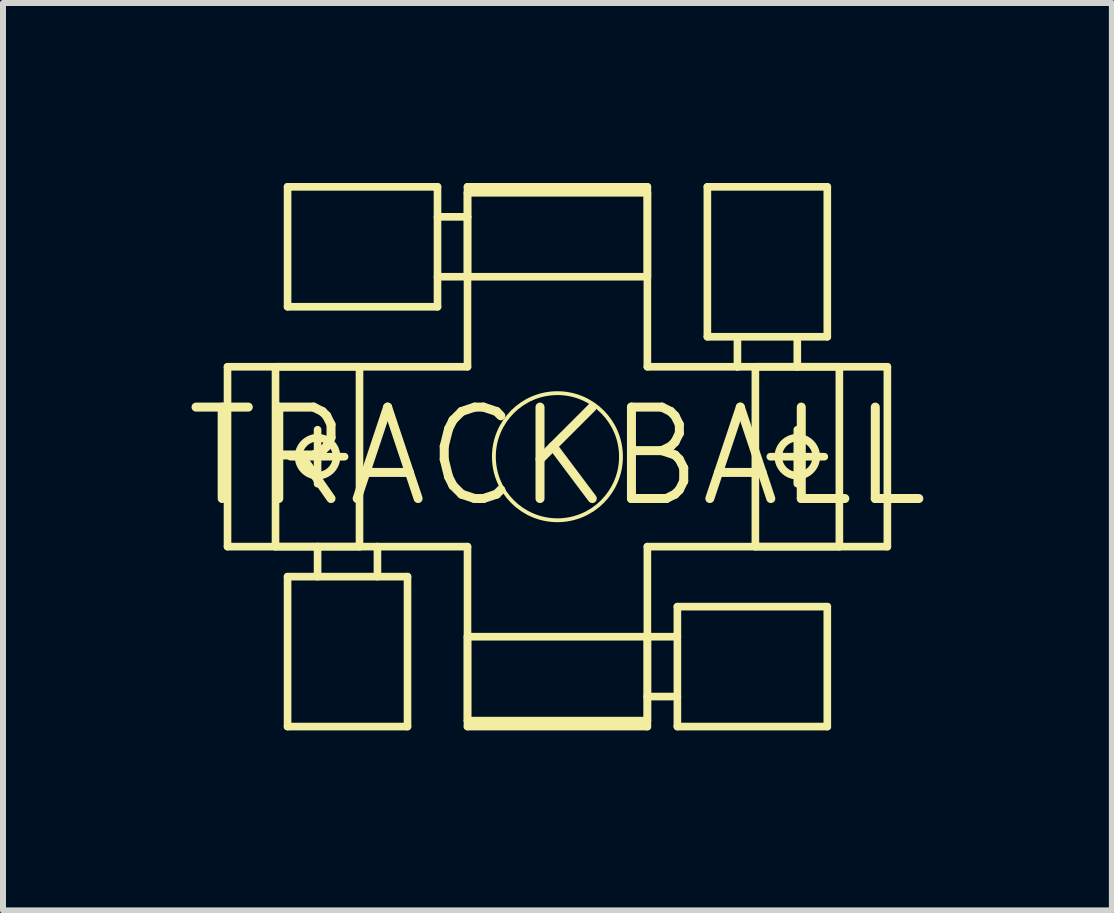
<source format=kicad_pcb>
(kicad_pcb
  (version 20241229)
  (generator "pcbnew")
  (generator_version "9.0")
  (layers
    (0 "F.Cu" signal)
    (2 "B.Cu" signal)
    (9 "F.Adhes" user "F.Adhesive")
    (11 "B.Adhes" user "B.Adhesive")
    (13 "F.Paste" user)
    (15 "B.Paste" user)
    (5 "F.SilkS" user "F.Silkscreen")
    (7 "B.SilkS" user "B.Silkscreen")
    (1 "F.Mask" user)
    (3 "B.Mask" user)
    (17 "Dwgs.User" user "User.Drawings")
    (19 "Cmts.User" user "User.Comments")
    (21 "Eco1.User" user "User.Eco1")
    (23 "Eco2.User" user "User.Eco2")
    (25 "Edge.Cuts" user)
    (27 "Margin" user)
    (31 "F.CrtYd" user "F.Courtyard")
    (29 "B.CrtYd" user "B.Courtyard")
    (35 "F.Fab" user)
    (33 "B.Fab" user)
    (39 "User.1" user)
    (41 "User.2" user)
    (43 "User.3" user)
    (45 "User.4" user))
  (footprint "TRACKBALL"
    (layer "F.Cu")
    (at 6.241 4.562)
    (property "Reference" "TRACKBALL" (at 0 0 0) (layer "F.SilkS") (effects (font (size 1.524 1.524) (thickness 0.15))))
    (attr exclude_from_pos_files exclude_from_bom)
    (fp_line (start -5.499 -1.499) (end -5.499 1.499) (stroke (width 0.127) (type solid)) (layer "F.SilkS"))
    (fp_line (start -5.499 1.499) (end -3.998 1.499) (stroke (width 0.127) (type solid)) (layer "F.SilkS"))
    (fp_line (start -4.699 -1.499) (end -3.299 -1.499) (stroke (width 0.066) (type solid)) (layer "F.SilkS"))
    (fp_line (start -4.699 -1.499) (end -3.299 -1.499) (stroke (width 0.127) (type solid)) (layer "F.SilkS"))
    (fp_line (start -4.699 1.499) (end -4.699 -1.499) (stroke (width 0.066) (type solid)) (layer "F.SilkS"))
    (fp_line (start -4.699 1.499) (end -4.699 -1.499) (stroke (width 0.127) (type solid)) (layer "F.SilkS"))
    (fp_line (start -4.699 1.499) (end -3.299 1.499) (stroke (width 0.066) (type solid)) (layer "F.SilkS"))
    (fp_line (start -4.498 -4.498) (end -1.999 -4.498) (stroke (width 0.066) (type solid)) (layer "F.SilkS"))
    (fp_line (start -4.498 -4.498) (end -1.999 -4.498) (stroke (width 0.127) (type solid)) (layer "F.SilkS"))
    (fp_line (start -4.498 -2.499) (end -4.498 -4.498) (stroke (width 0.066) (type solid)) (layer "F.SilkS"))
    (fp_line (start -4.498 -2.499) (end -4.498 -4.498) (stroke (width 0.127) (type solid)) (layer "F.SilkS"))
    (fp_line (start -4.498 -2.499) (end -1.999 -2.499) (stroke (width 0.066) (type solid)) (layer "F.SilkS"))
    (fp_line (start -4.498 1.999) (end -2.499 1.999) (stroke (width 0.066) (type solid)) (layer "F.SilkS"))
    (fp_line (start -4.498 1.999) (end -2.499 1.999) (stroke (width 0.127) (type solid)) (layer "F.SilkS"))
    (fp_line (start -4.498 4.498) (end -4.498 1.999) (stroke (width 0.066) (type solid)) (layer "F.SilkS"))
    (fp_line (start -4.498 4.498) (end -4.498 1.999) (stroke (width 0.127) (type solid)) (layer "F.SilkS"))
    (fp_line (start -4.498 4.498) (end -2.499 4.498) (stroke (width 0.066) (type solid)) (layer "F.SilkS"))
    (fp_line (start -4.448 0) (end -3.548 0) (stroke (width 0.127) (type solid)) (layer "F.SilkS"))
    (fp_line (start -3.998 0.45) (end -3.998 -0.45) (stroke (width 0.127) (type solid)) (layer "F.SilkS"))
    (fp_line (start -3.998 1.499) (end -3.998 1.999) (stroke (width 0.127) (type solid)) (layer "F.SilkS"))
    (fp_line (start -3.998 1.499) (end -3 1.499) (stroke (width 0.127) (type solid)) (layer "F.SilkS"))
    (fp_line (start -3.299 -1.499) (end -3.299 1.499) (stroke (width 0.127) (type solid)) (layer "F.SilkS"))
    (fp_line (start -3.299 1.499) (end -4.699 1.499) (stroke (width 0.127) (type solid)) (layer "F.SilkS"))
    (fp_line (start -3.299 1.499) (end -3.299 -1.499) (stroke (width 0.066) (type solid)) (layer "F.SilkS"))
    (fp_line (start -3 1.499) (end -3 1.999) (stroke (width 0.127) (type solid)) (layer "F.SilkS"))
    (fp_line (start -3 1.499) (end -1.499 1.499) (stroke (width 0.127) (type solid)) (layer "F.SilkS"))
    (fp_line (start -2.499 1.999) (end -2.499 4.498) (stroke (width 0.127) (type solid)) (layer "F.SilkS"))
    (fp_line (start -2.499 4.498) (end -4.498 4.498) (stroke (width 0.127) (type solid)) (layer "F.SilkS"))
    (fp_line (start -2.499 4.498) (end -2.499 1.999) (stroke (width 0.066) (type solid)) (layer "F.SilkS"))
    (fp_line (start -1.999 -4.498) (end -1.999 -2.499) (stroke (width 0.127) (type solid)) (layer "F.SilkS"))
    (fp_line (start -1.999 -3.998) (end -1.499 -3.998) (stroke (width 0.127) (type solid)) (layer "F.SilkS"))
    (fp_line (start -1.999 -2.499) (end -4.498 -2.499) (stroke (width 0.127) (type solid)) (layer "F.SilkS"))
    (fp_line (start -1.999 -2.499) (end -1.999 -4.498) (stroke (width 0.066) (type solid)) (layer "F.SilkS"))
    (fp_line (start -1.499 -4.498) (end 1.499 -4.498) (stroke (width 0.127) (type solid)) (layer "F.SilkS"))
    (fp_line (start -1.499 -4.399) (end 1.499 -4.399) (stroke (width 0.066) (type solid)) (layer "F.SilkS"))
    (fp_line (start -1.499 -4.399) (end 1.499 -4.399) (stroke (width 0.127) (type solid)) (layer "F.SilkS"))
    (fp_line (start -1.499 -3.998) (end -1.499 -4.498) (stroke (width 0.127) (type solid)) (layer "F.SilkS"))
    (fp_line (start -1.499 -3) (end -1.999 -3) (stroke (width 0.127) (type solid)) (layer "F.SilkS"))
    (fp_line (start -1.499 -3) (end -1.499 -4.399) (stroke (width 0.066) (type solid)) (layer "F.SilkS"))
    (fp_line (start -1.499 -3) (end -1.499 -4.399) (stroke (width 0.127) (type solid)) (layer "F.SilkS"))
    (fp_line (start -1.499 -3) (end -1.499 -3.998) (stroke (width 0.127) (type solid)) (layer "F.SilkS"))
    (fp_line (start -1.499 -3) (end 1.499 -3) (stroke (width 0.066) (type solid)) (layer "F.SilkS"))
    (fp_line (start -1.499 -1.499) (end -5.499 -1.499) (stroke (width 0.127) (type solid)) (layer "F.SilkS"))
    (fp_line (start -1.499 -1.499) (end -1.499 -3) (stroke (width 0.127) (type solid)) (layer "F.SilkS"))
    (fp_line (start -1.499 1.499) (end -1.499 4.498) (stroke (width 0.127) (type solid)) (layer "F.SilkS"))
    (fp_line (start -1.499 3) (end 1.499 3) (stroke (width 0.066) (type solid)) (layer "F.SilkS"))
    (fp_line (start -1.499 3) (end 1.499 3) (stroke (width 0.127) (type solid)) (layer "F.SilkS"))
    (fp_line (start -1.499 4.399) (end -1.499 3) (stroke (width 0.066) (type solid)) (layer "F.SilkS"))
    (fp_line (start -1.499 4.399) (end -1.499 3) (stroke (width 0.127) (type solid)) (layer "F.SilkS"))
    (fp_line (start -1.499 4.399) (end 1.499 4.399) (stroke (width 0.066) (type solid)) (layer "F.SilkS"))
    (fp_line (start 1.499 -4.399) (end 1.499 -3) (stroke (width 0.127) (type solid)) (layer "F.SilkS"))
    (fp_line (start 1.499 -3) (end -1.499 -3) (stroke (width 0.127) (type solid)) (layer "F.SilkS"))
    (fp_line (start 1.499 -3) (end 1.499 -4.399) (stroke (width 0.066) (type solid)) (layer "F.SilkS"))
    (fp_line (start 1.499 -1.499) (end 1.499 -4.498) (stroke (width 0.127) (type solid)) (layer "F.SilkS"))
    (fp_line (start 1.499 1.499) (end 1.499 3) (stroke (width 0.127) (type solid)) (layer "F.SilkS"))
    (fp_line (start 1.499 3) (end 1.499 3.998) (stroke (width 0.127) (type solid)) (layer "F.SilkS"))
    (fp_line (start 1.499 3) (end 1.499 4.399) (stroke (width 0.127) (type solid)) (layer "F.SilkS"))
    (fp_line (start 1.499 3.998) (end 1.499 4.498) (stroke (width 0.127) (type solid)) (layer "F.SilkS"))
    (fp_line (start 1.499 4.399) (end -1.499 4.399) (stroke (width 0.127) (type solid)) (layer "F.SilkS"))
    (fp_line (start 1.499 4.399) (end 1.499 3) (stroke (width 0.066) (type solid)) (layer "F.SilkS"))
    (fp_line (start 1.499 4.498) (end -1.499 4.498) (stroke (width 0.127) (type solid)) (layer "F.SilkS"))
    (fp_line (start 1.999 2.499) (end 4.498 2.499) (stroke (width 0.066) (type solid)) (layer "F.SilkS"))
    (fp_line (start 1.999 2.499) (end 4.498 2.499) (stroke (width 0.127) (type solid)) (layer "F.SilkS"))
    (fp_line (start 1.999 3) (end 1.499 3) (stroke (width 0.127) (type solid)) (layer "F.SilkS"))
    (fp_line (start 1.999 3.998) (end 1.499 3.998) (stroke (width 0.127) (type solid)) (layer "F.SilkS"))
    (fp_line (start 1.999 4.498) (end 1.999 2.499) (stroke (width 0.066) (type solid)) (layer "F.SilkS"))
    (fp_line (start 1.999 4.498) (end 1.999 2.499) (stroke (width 0.127) (type solid)) (layer "F.SilkS"))
    (fp_line (start 1.999 4.498) (end 4.498 4.498) (stroke (width 0.066) (type solid)) (layer "F.SilkS"))
    (fp_line (start 2.499 -4.498) (end 4.498 -4.498) (stroke (width 0.066) (type solid)) (layer "F.SilkS"))
    (fp_line (start 2.499 -4.498) (end 4.498 -4.498) (stroke (width 0.127) (type solid)) (layer "F.SilkS"))
    (fp_line (start 2.499 -1.999) (end 2.499 -4.498) (stroke (width 0.066) (type solid)) (layer "F.SilkS"))
    (fp_line (start 2.499 -1.999) (end 2.499 -4.498) (stroke (width 0.127) (type solid)) (layer "F.SilkS"))
    (fp_line (start 2.499 -1.999) (end 4.498 -1.999) (stroke (width 0.066) (type solid)) (layer "F.SilkS"))
    (fp_line (start 3 -1.999) (end 3 -1.499) (stroke (width 0.127) (type solid)) (layer "F.SilkS"))
    (fp_line (start 3 -1.499) (end 1.499 -1.499) (stroke (width 0.127) (type solid)) (layer "F.SilkS"))
    (fp_line (start 3.299 -1.499) (end 4.699 -1.499) (stroke (width 0.066) (type solid)) (layer "F.SilkS"))
    (fp_line (start 3.299 -1.499) (end 4.699 -1.499) (stroke (width 0.127) (type solid)) (layer "F.SilkS"))
    (fp_line (start 3.299 1.499) (end 3.299 -1.499) (stroke (width 0.066) (type solid)) (layer "F.SilkS"))
    (fp_line (start 3.299 1.499) (end 3.299 -1.499) (stroke (width 0.127) (type solid)) (layer "F.SilkS"))
    (fp_line (start 3.299 1.499) (end 4.699 1.499) (stroke (width 0.066) (type solid)) (layer "F.SilkS"))
    (fp_line (start 3.548 0) (end 4.448 0) (stroke (width 0.127) (type solid)) (layer "F.SilkS"))
    (fp_line (start 3.998 -1.999) (end 3.998 -1.499) (stroke (width 0.127) (type solid)) (layer "F.SilkS"))
    (fp_line (start 3.998 -1.499) (end 3 -1.499) (stroke (width 0.127) (type solid)) (layer "F.SilkS"))
    (fp_line (start 3.998 0.45) (end 3.998 -0.45) (stroke (width 0.127) (type solid)) (layer "F.SilkS"))
    (fp_line (start 4.498 -4.498) (end 4.498 -1.999) (stroke (width 0.127) (type solid)) (layer "F.SilkS"))
    (fp_line (start 4.498 -1.999) (end 2.499 -1.999) (stroke (width 0.127) (type solid)) (layer "F.SilkS"))
    (fp_line (start 4.498 -1.999) (end 4.498 -4.498) (stroke (width 0.066) (type solid)) (layer "F.SilkS"))
    (fp_line (start 4.498 2.499) (end 4.498 4.498) (stroke (width 0.127) (type solid)) (layer "F.SilkS"))
    (fp_line (start 4.498 4.498) (end 1.999 4.498) (stroke (width 0.127) (type solid)) (layer "F.SilkS"))
    (fp_line (start 4.498 4.498) (end 4.498 2.499) (stroke (width 0.066) (type solid)) (layer "F.SilkS"))
    (fp_line (start 4.699 -1.499) (end 4.699 1.499) (stroke (width 0.127) (type solid)) (layer "F.SilkS"))
    (fp_line (start 4.699 1.499) (end 3.299 1.499) (stroke (width 0.127) (type solid)) (layer "F.SilkS"))
    (fp_line (start 4.699 1.499) (end 4.699 -1.499) (stroke (width 0.066) (type solid)) (layer "F.SilkS"))
    (fp_line (start 5.499 -1.499) (end 3.998 -1.499) (stroke (width 0.127) (type solid)) (layer "F.SilkS"))
    (fp_line (start 5.499 -1.499) (end 5.499 1.499) (stroke (width 0.127) (type solid)) (layer "F.SilkS"))
    (fp_line (start 5.499 1.499) (end 1.499 1.499) (stroke (width 0.127) (type solid)) (layer "F.SilkS"))
    (fp_circle (center -3.998 0) (end -4.221 0.224) (stroke (width 0.127) (type solid)) (fill no) (layer "F.SilkS"))
    (fp_circle (center 0 0) (end -0.749 0.749) (stroke (width 0.064) (type solid)) (fill no) (layer "F.SilkS"))
    (fp_circle (center 3.998 0) (end 4.221 0.224) (stroke (width 0.127) (type solid)) (fill no) (layer "F.SilkS")))
  (gr_rect
    (start -3 -3)
    (end 15.482 12.124)
    (stroke (width 0.1) (type default))
    (fill no)
    (layer "Edge.Cuts")))
</source>
